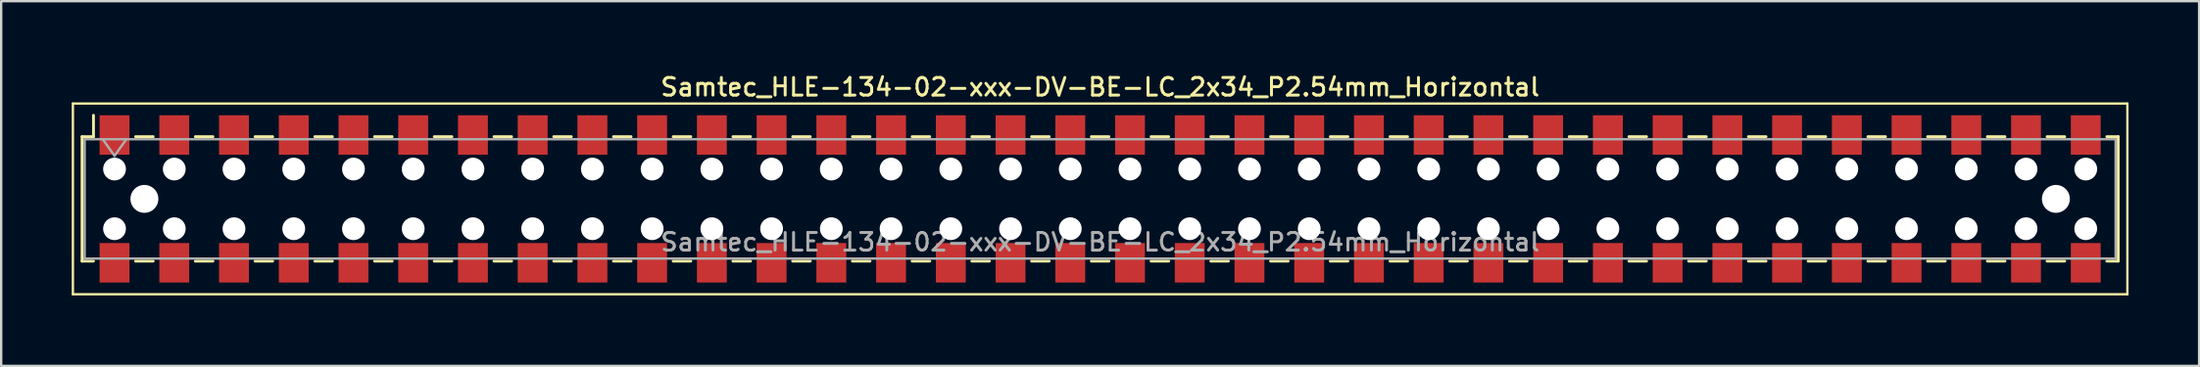
<source format=kicad_pcb>
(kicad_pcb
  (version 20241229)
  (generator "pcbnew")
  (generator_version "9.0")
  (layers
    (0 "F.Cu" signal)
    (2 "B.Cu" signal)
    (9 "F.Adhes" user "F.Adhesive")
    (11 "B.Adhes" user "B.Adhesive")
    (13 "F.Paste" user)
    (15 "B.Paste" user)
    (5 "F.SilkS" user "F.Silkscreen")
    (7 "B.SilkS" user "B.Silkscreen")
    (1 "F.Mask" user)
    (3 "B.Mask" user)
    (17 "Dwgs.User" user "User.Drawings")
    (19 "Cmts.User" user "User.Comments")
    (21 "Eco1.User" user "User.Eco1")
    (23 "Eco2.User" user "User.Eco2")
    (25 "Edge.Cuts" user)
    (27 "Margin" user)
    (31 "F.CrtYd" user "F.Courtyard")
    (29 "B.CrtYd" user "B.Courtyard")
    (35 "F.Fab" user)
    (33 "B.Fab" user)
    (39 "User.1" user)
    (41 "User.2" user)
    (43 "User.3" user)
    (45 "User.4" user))
  (footprint "Samtec_HLE-134-02-xxx-DV-BE-LC_2x34_P2.54mm_Horizontal"
    (layer "F.Cu")
    (at 43.73 5.418)
    (property "Reference" "Samtec_HLE-134-02-xxx-DV-BE-LC_2x34_P2.54mm_Horizontal" (at 0 -4.76 0) (layer "F.SilkS") (effects (font (size 0.75 0.75) (thickness 0.125))))
    (attr smd)
    (fp_line (start -43.68 -4.06) (end 43.68 -4.06) (stroke (width 0.1) (type solid)) (layer "F.SilkS"))
    (fp_line (start -43.68 4.06) (end -43.68 -4.06) (stroke (width 0.1) (type solid)) (layer "F.SilkS"))
    (fp_line (start -43.29 -2.65) (end -43.29 2.65) (stroke (width 0.12) (type solid)) (layer "F.SilkS"))
    (fp_line (start -43.29 2.65) (end -42.805 2.65) (stroke (width 0.12) (type solid)) (layer "F.SilkS"))
    (fp_line (start -42.805 -3.56) (end -42.805 -2.65) (stroke (width 0.12) (type solid)) (layer "F.SilkS"))
    (fp_line (start -42.805 -2.65) (end -43.29 -2.65) (stroke (width 0.12) (type solid)) (layer "F.SilkS"))
    (fp_line (start -41.015 -2.65) (end -40.265 -2.65) (stroke (width 0.12) (type solid)) (layer "F.SilkS"))
    (fp_line (start -41.015 2.65) (end -40.265 2.65) (stroke (width 0.12) (type solid)) (layer "F.SilkS"))
    (fp_line (start -38.475 -2.65) (end -37.725 -2.65) (stroke (width 0.12) (type solid)) (layer "F.SilkS"))
    (fp_line (start -38.475 2.65) (end -37.725 2.65) (stroke (width 0.12) (type solid)) (layer "F.SilkS"))
    (fp_line (start -35.935 -2.65) (end -35.185 -2.65) (stroke (width 0.12) (type solid)) (layer "F.SilkS"))
    (fp_line (start -35.935 2.65) (end -35.185 2.65) (stroke (width 0.12) (type solid)) (layer "F.SilkS"))
    (fp_line (start -33.395 -2.65) (end -32.645 -2.65) (stroke (width 0.12) (type solid)) (layer "F.SilkS"))
    (fp_line (start -33.395 2.65) (end -32.645 2.65) (stroke (width 0.12) (type solid)) (layer "F.SilkS"))
    (fp_line (start -30.855 -2.65) (end -30.105 -2.65) (stroke (width 0.12) (type solid)) (layer "F.SilkS"))
    (fp_line (start -30.855 2.65) (end -30.105 2.65) (stroke (width 0.12) (type solid)) (layer "F.SilkS"))
    (fp_line (start -28.315 -2.65) (end -27.565 -2.65) (stroke (width 0.12) (type solid)) (layer "F.SilkS"))
    (fp_line (start -28.315 2.65) (end -27.565 2.65) (stroke (width 0.12) (type solid)) (layer "F.SilkS"))
    (fp_line (start -25.775 -2.65) (end -25.025 -2.65) (stroke (width 0.12) (type solid)) (layer "F.SilkS"))
    (fp_line (start -25.775 2.65) (end -25.025 2.65) (stroke (width 0.12) (type solid)) (layer "F.SilkS"))
    (fp_line (start -23.235 -2.65) (end -22.485 -2.65) (stroke (width 0.12) (type solid)) (layer "F.SilkS"))
    (fp_line (start -23.235 2.65) (end -22.485 2.65) (stroke (width 0.12) (type solid)) (layer "F.SilkS"))
    (fp_line (start -20.695 -2.65) (end -19.945 -2.65) (stroke (width 0.12) (type solid)) (layer "F.SilkS"))
    (fp_line (start -20.695 2.65) (end -19.945 2.65) (stroke (width 0.12) (type solid)) (layer "F.SilkS"))
    (fp_line (start -18.155 -2.65) (end -17.405 -2.65) (stroke (width 0.12) (type solid)) (layer "F.SilkS"))
    (fp_line (start -18.155 2.65) (end -17.405 2.65) (stroke (width 0.12) (type solid)) (layer "F.SilkS"))
    (fp_line (start -15.615 -2.65) (end -14.865 -2.65) (stroke (width 0.12) (type solid)) (layer "F.SilkS"))
    (fp_line (start -15.615 2.65) (end -14.865 2.65) (stroke (width 0.12) (type solid)) (layer "F.SilkS"))
    (fp_line (start -13.075 -2.65) (end -12.325 -2.65) (stroke (width 0.12) (type solid)) (layer "F.SilkS"))
    (fp_line (start -13.075 2.65) (end -12.325 2.65) (stroke (width 0.12) (type solid)) (layer "F.SilkS"))
    (fp_line (start -10.535 -2.65) (end -9.785 -2.65) (stroke (width 0.12) (type solid)) (layer "F.SilkS"))
    (fp_line (start -10.535 2.65) (end -9.785 2.65) (stroke (width 0.12) (type solid)) (layer "F.SilkS"))
    (fp_line (start -7.995 -2.65) (end -7.245 -2.65) (stroke (width 0.12) (type solid)) (layer "F.SilkS"))
    (fp_line (start -7.995 2.65) (end -7.245 2.65) (stroke (width 0.12) (type solid)) (layer "F.SilkS"))
    (fp_line (start -5.455 -2.65) (end -4.705 -2.65) (stroke (width 0.12) (type solid)) (layer "F.SilkS"))
    (fp_line (start -5.455 2.65) (end -4.705 2.65) (stroke (width 0.12) (type solid)) (layer "F.SilkS"))
    (fp_line (start -2.915 -2.65) (end -2.165 -2.65) (stroke (width 0.12) (type solid)) (layer "F.SilkS"))
    (fp_line (start -2.915 2.65) (end -2.165 2.65) (stroke (width 0.12) (type solid)) (layer "F.SilkS"))
    (fp_line (start -0.375 -2.65) (end 0.375 -2.65) (stroke (width 0.12) (type solid)) (layer "F.SilkS"))
    (fp_line (start -0.375 2.65) (end 0.375 2.65) (stroke (width 0.12) (type solid)) (layer "F.SilkS"))
    (fp_line (start 2.165 -2.65) (end 2.915 -2.65) (stroke (width 0.12) (type solid)) (layer "F.SilkS"))
    (fp_line (start 2.165 2.65) (end 2.915 2.65) (stroke (width 0.12) (type solid)) (layer "F.SilkS"))
    (fp_line (start 4.705 -2.65) (end 5.455 -2.65) (stroke (width 0.12) (type solid)) (layer "F.SilkS"))
    (fp_line (start 4.705 2.65) (end 5.455 2.65) (stroke (width 0.12) (type solid)) (layer "F.SilkS"))
    (fp_line (start 7.245 -2.65) (end 7.995 -2.65) (stroke (width 0.12) (type solid)) (layer "F.SilkS"))
    (fp_line (start 7.245 2.65) (end 7.995 2.65) (stroke (width 0.12) (type solid)) (layer "F.SilkS"))
    (fp_line (start 9.785 -2.65) (end 10.535 -2.65) (stroke (width 0.12) (type solid)) (layer "F.SilkS"))
    (fp_line (start 9.785 2.65) (end 10.535 2.65) (stroke (width 0.12) (type solid)) (layer "F.SilkS"))
    (fp_line (start 12.325 -2.65) (end 13.075 -2.65) (stroke (width 0.12) (type solid)) (layer "F.SilkS"))
    (fp_line (start 12.325 2.65) (end 13.075 2.65) (stroke (width 0.12) (type solid)) (layer "F.SilkS"))
    (fp_line (start 14.865 -2.65) (end 15.615 -2.65) (stroke (width 0.12) (type solid)) (layer "F.SilkS"))
    (fp_line (start 14.865 2.65) (end 15.615 2.65) (stroke (width 0.12) (type solid)) (layer "F.SilkS"))
    (fp_line (start 17.405 -2.65) (end 18.155 -2.65) (stroke (width 0.12) (type solid)) (layer "F.SilkS"))
    (fp_line (start 17.405 2.65) (end 18.155 2.65) (stroke (width 0.12) (type solid)) (layer "F.SilkS"))
    (fp_line (start 19.945 -2.65) (end 20.695 -2.65) (stroke (width 0.12) (type solid)) (layer "F.SilkS"))
    (fp_line (start 19.945 2.65) (end 20.695 2.65) (stroke (width 0.12) (type solid)) (layer "F.SilkS"))
    (fp_line (start 22.485 -2.65) (end 23.235 -2.65) (stroke (width 0.12) (type solid)) (layer "F.SilkS"))
    (fp_line (start 22.485 2.65) (end 23.235 2.65) (stroke (width 0.12) (type solid)) (layer "F.SilkS"))
    (fp_line (start 25.025 -2.65) (end 25.775 -2.65) (stroke (width 0.12) (type solid)) (layer "F.SilkS"))
    (fp_line (start 25.025 2.65) (end 25.775 2.65) (stroke (width 0.12) (type solid)) (layer "F.SilkS"))
    (fp_line (start 27.565 -2.65) (end 28.315 -2.65) (stroke (width 0.12) (type solid)) (layer "F.SilkS"))
    (fp_line (start 27.565 2.65) (end 28.315 2.65) (stroke (width 0.12) (type solid)) (layer "F.SilkS"))
    (fp_line (start 30.105 -2.65) (end 30.855 -2.65) (stroke (width 0.12) (type solid)) (layer "F.SilkS"))
    (fp_line (start 30.105 2.65) (end 30.855 2.65) (stroke (width 0.12) (type solid)) (layer "F.SilkS"))
    (fp_line (start 32.645 -2.65) (end 33.395 -2.65) (stroke (width 0.12) (type solid)) (layer "F.SilkS"))
    (fp_line (start 32.645 2.65) (end 33.395 2.65) (stroke (width 0.12) (type solid)) (layer "F.SilkS"))
    (fp_line (start 35.185 -2.65) (end 35.935 -2.65) (stroke (width 0.12) (type solid)) (layer "F.SilkS"))
    (fp_line (start 35.185 2.65) (end 35.935 2.65) (stroke (width 0.12) (type solid)) (layer "F.SilkS"))
    (fp_line (start 37.725 -2.65) (end 38.475 -2.65) (stroke (width 0.12) (type solid)) (layer "F.SilkS"))
    (fp_line (start 37.725 2.65) (end 38.475 2.65) (stroke (width 0.12) (type solid)) (layer "F.SilkS"))
    (fp_line (start 40.265 -2.65) (end 41.015 -2.65) (stroke (width 0.12) (type solid)) (layer "F.SilkS"))
    (fp_line (start 40.265 2.65) (end 41.015 2.65) (stroke (width 0.12) (type solid)) (layer "F.SilkS"))
    (fp_line (start 42.805 -2.65) (end 43.29 -2.65) (stroke (width 0.12) (type solid)) (layer "F.SilkS"))
    (fp_line (start 43.29 -2.65) (end 43.29 2.65) (stroke (width 0.12) (type solid)) (layer "F.SilkS"))
    (fp_line (start 43.29 2.65) (end 42.805 2.65) (stroke (width 0.12) (type solid)) (layer "F.SilkS"))
    (fp_line (start 43.68 -4.06) (end 43.68 4.06) (stroke (width 0.1) (type solid)) (layer "F.SilkS"))
    (fp_line (start 43.68 4.06) (end -43.68 4.06) (stroke (width 0.1) (type solid)) (layer "F.SilkS"))
    (fp_line (start -43.18 -2.54) (end 43.18 -2.54) (stroke (width 0.1) (type solid)) (layer "F.Fab"))
    (fp_line (start -43.18 2.54) (end -43.18 -2.54) (stroke (width 0.1) (type solid)) (layer "F.Fab"))
    (fp_line (start -42.41 -2.54) (end -41.91 -1.833) (stroke (width 0.1) (type solid)) (layer "F.Fab"))
    (fp_line (start -41.91 -1.833) (end -41.41 -2.54) (stroke (width 0.1) (type solid)) (layer "F.Fab"))
    (fp_line (start 43.18 -2.54) (end 43.18 2.54) (stroke (width 0.1) (type solid)) (layer "F.Fab"))
    (fp_line (start 43.18 2.54) (end -43.18 2.54) (stroke (width 0.1) (type solid)) (layer "F.Fab"))
    (fp_text user "${REFERENCE}" (at 0 1.84 0) (layer "F.Fab") (effects (font (size 0.75 0.75) (thickness 0.125))))
    (pad "" np_thru_hole circle (at -41.91 -1.27) (size 0.97 0.97) (drill 0.97) (layers "*.Cu" "*.Mask"))
    (pad "" np_thru_hole circle (at -41.91 1.27) (size 0.97 0.97) (drill 0.97) (layers "*.Cu" "*.Mask"))
    (pad "" np_thru_hole circle (at -40.64 0) (size 1.19 1.19) (drill 1.19) (layers "*.Cu" "*.Mask"))
    (pad "" np_thru_hole circle (at -39.37 -1.27) (size 0.97 0.97) (drill 0.97) (layers "*.Cu" "*.Mask"))
    (pad "" np_thru_hole circle (at -39.37 1.27) (size 0.97 0.97) (drill 0.97) (layers "*.Cu" "*.Mask"))
    (pad "" np_thru_hole circle (at -36.83 -1.27) (size 0.97 0.97) (drill 0.97) (layers "*.Cu" "*.Mask"))
    (pad "" np_thru_hole circle (at -36.83 1.27) (size 0.97 0.97) (drill 0.97) (layers "*.Cu" "*.Mask"))
    (pad "" np_thru_hole circle (at -34.29 -1.27) (size 0.97 0.97) (drill 0.97) (layers "*.Cu" "*.Mask"))
    (pad "" np_thru_hole circle (at -34.29 1.27) (size 0.97 0.97) (drill 0.97) (layers "*.Cu" "*.Mask"))
    (pad "" np_thru_hole circle (at -31.75 -1.27) (size 0.97 0.97) (drill 0.97) (layers "*.Cu" "*.Mask"))
    (pad "" np_thru_hole circle (at -31.75 1.27) (size 0.97 0.97) (drill 0.97) (layers "*.Cu" "*.Mask"))
    (pad "" np_thru_hole circle (at -29.21 -1.27) (size 0.97 0.97) (drill 0.97) (layers "*.Cu" "*.Mask"))
    (pad "" np_thru_hole circle (at -29.21 1.27) (size 0.97 0.97) (drill 0.97) (layers "*.Cu" "*.Mask"))
    (pad "" np_thru_hole circle (at -26.67 -1.27) (size 0.97 0.97) (drill 0.97) (layers "*.Cu" "*.Mask"))
    (pad "" np_thru_hole circle (at -26.67 1.27) (size 0.97 0.97) (drill 0.97) (layers "*.Cu" "*.Mask"))
    (pad "" np_thru_hole circle (at -24.13 -1.27) (size 0.97 0.97) (drill 0.97) (layers "*.Cu" "*.Mask"))
    (pad "" np_thru_hole circle (at -24.13 1.27) (size 0.97 0.97) (drill 0.97) (layers "*.Cu" "*.Mask"))
    (pad "" np_thru_hole circle (at -21.59 -1.27) (size 0.97 0.97) (drill 0.97) (layers "*.Cu" "*.Mask"))
    (pad "" np_thru_hole circle (at -21.59 1.27) (size 0.97 0.97) (drill 0.97) (layers "*.Cu" "*.Mask"))
    (pad "" np_thru_hole circle (at -19.05 -1.27) (size 0.97 0.97) (drill 0.97) (layers "*.Cu" "*.Mask"))
    (pad "" np_thru_hole circle (at -19.05 1.27) (size 0.97 0.97) (drill 0.97) (layers "*.Cu" "*.Mask"))
    (pad "" np_thru_hole circle (at -16.51 -1.27) (size 0.97 0.97) (drill 0.97) (layers "*.Cu" "*.Mask"))
    (pad "" np_thru_hole circle (at -16.51 1.27) (size 0.97 0.97) (drill 0.97) (layers "*.Cu" "*.Mask"))
    (pad "" np_thru_hole circle (at -13.97 -1.27) (size 0.97 0.97) (drill 0.97) (layers "*.Cu" "*.Mask"))
    (pad "" np_thru_hole circle (at -13.97 1.27) (size 0.97 0.97) (drill 0.97) (layers "*.Cu" "*.Mask"))
    (pad "" np_thru_hole circle (at -11.43 -1.27) (size 0.97 0.97) (drill 0.97) (layers "*.Cu" "*.Mask"))
    (pad "" np_thru_hole circle (at -11.43 1.27) (size 0.97 0.97) (drill 0.97) (layers "*.Cu" "*.Mask"))
    (pad "" np_thru_hole circle (at -8.89 -1.27) (size 0.97 0.97) (drill 0.97) (layers "*.Cu" "*.Mask"))
    (pad "" np_thru_hole circle (at -8.89 1.27) (size 0.97 0.97) (drill 0.97) (layers "*.Cu" "*.Mask"))
    (pad "" np_thru_hole circle (at -6.35 -1.27) (size 0.97 0.97) (drill 0.97) (layers "*.Cu" "*.Mask"))
    (pad "" np_thru_hole circle (at -6.35 1.27) (size 0.97 0.97) (drill 0.97) (layers "*.Cu" "*.Mask"))
    (pad "" np_thru_hole circle (at -3.81 -1.27) (size 0.97 0.97) (drill 0.97) (layers "*.Cu" "*.Mask"))
    (pad "" np_thru_hole circle (at -3.81 1.27) (size 0.97 0.97) (drill 0.97) (layers "*.Cu" "*.Mask"))
    (pad "" np_thru_hole circle (at -1.27 -1.27) (size 0.97 0.97) (drill 0.97) (layers "*.Cu" "*.Mask"))
    (pad "" np_thru_hole circle (at -1.27 1.27) (size 0.97 0.97) (drill 0.97) (layers "*.Cu" "*.Mask"))
    (pad "" np_thru_hole circle (at 1.27 -1.27) (size 0.97 0.97) (drill 0.97) (layers "*.Cu" "*.Mask"))
    (pad "" np_thru_hole circle (at 1.27 1.27) (size 0.97 0.97) (drill 0.97) (layers "*.Cu" "*.Mask"))
    (pad "" np_thru_hole circle (at 3.81 -1.27) (size 0.97 0.97) (drill 0.97) (layers "*.Cu" "*.Mask"))
    (pad "" np_thru_hole circle (at 3.81 1.27) (size 0.97 0.97) (drill 0.97) (layers "*.Cu" "*.Mask"))
    (pad "" np_thru_hole circle (at 6.35 -1.27) (size 0.97 0.97) (drill 0.97) (layers "*.Cu" "*.Mask"))
    (pad "" np_thru_hole circle (at 6.35 1.27) (size 0.97 0.97) (drill 0.97) (layers "*.Cu" "*.Mask"))
    (pad "" np_thru_hole circle (at 8.89 -1.27) (size 0.97 0.97) (drill 0.97) (layers "*.Cu" "*.Mask"))
    (pad "" np_thru_hole circle (at 8.89 1.27) (size 0.97 0.97) (drill 0.97) (layers "*.Cu" "*.Mask"))
    (pad "" np_thru_hole circle (at 11.43 -1.27) (size 0.97 0.97) (drill 0.97) (layers "*.Cu" "*.Mask"))
    (pad "" np_thru_hole circle (at 11.43 1.27) (size 0.97 0.97) (drill 0.97) (layers "*.Cu" "*.Mask"))
    (pad "" np_thru_hole circle (at 13.97 -1.27) (size 0.97 0.97) (drill 0.97) (layers "*.Cu" "*.Mask"))
    (pad "" np_thru_hole circle (at 13.97 1.27) (size 0.97 0.97) (drill 0.97) (layers "*.Cu" "*.Mask"))
    (pad "" np_thru_hole circle (at 16.51 -1.27) (size 0.97 0.97) (drill 0.97) (layers "*.Cu" "*.Mask"))
    (pad "" np_thru_hole circle (at 16.51 1.27) (size 0.97 0.97) (drill 0.97) (layers "*.Cu" "*.Mask"))
    (pad "" np_thru_hole circle (at 19.05 -1.27) (size 0.97 0.97) (drill 0.97) (layers "*.Cu" "*.Mask"))
    (pad "" np_thru_hole circle (at 19.05 1.27) (size 0.97 0.97) (drill 0.97) (layers "*.Cu" "*.Mask"))
    (pad "" np_thru_hole circle (at 21.59 -1.27) (size 0.97 0.97) (drill 0.97) (layers "*.Cu" "*.Mask"))
    (pad "" np_thru_hole circle (at 21.59 1.27) (size 0.97 0.97) (drill 0.97) (layers "*.Cu" "*.Mask"))
    (pad "" np_thru_hole circle (at 24.13 -1.27) (size 0.97 0.97) (drill 0.97) (layers "*.Cu" "*.Mask"))
    (pad "" np_thru_hole circle (at 24.13 1.27) (size 0.97 0.97) (drill 0.97) (layers "*.Cu" "*.Mask"))
    (pad "" np_thru_hole circle (at 26.67 -1.27) (size 0.97 0.97) (drill 0.97) (layers "*.Cu" "*.Mask"))
    (pad "" np_thru_hole circle (at 26.67 1.27) (size 0.97 0.97) (drill 0.97) (layers "*.Cu" "*.Mask"))
    (pad "" np_thru_hole circle (at 29.21 -1.27) (size 0.97 0.97) (drill 0.97) (layers "*.Cu" "*.Mask"))
    (pad "" np_thru_hole circle (at 29.21 1.27) (size 0.97 0.97) (drill 0.97) (layers "*.Cu" "*.Mask"))
    (pad "" np_thru_hole circle (at 31.75 -1.27) (size 0.97 0.97) (drill 0.97) (layers "*.Cu" "*.Mask"))
    (pad "" np_thru_hole circle (at 31.75 1.27) (size 0.97 0.97) (drill 0.97) (layers "*.Cu" "*.Mask"))
    (pad "" np_thru_hole circle (at 34.29 -1.27) (size 0.97 0.97) (drill 0.97) (layers "*.Cu" "*.Mask"))
    (pad "" np_thru_hole circle (at 34.29 1.27) (size 0.97 0.97) (drill 0.97) (layers "*.Cu" "*.Mask"))
    (pad "" np_thru_hole circle (at 36.83 -1.27) (size 0.97 0.97) (drill 0.97) (layers "*.Cu" "*.Mask"))
    (pad "" np_thru_hole circle (at 36.83 1.27) (size 0.97 0.97) (drill 0.97) (layers "*.Cu" "*.Mask"))
    (pad "" np_thru_hole circle (at 39.37 -1.27) (size 0.97 0.97) (drill 0.97) (layers "*.Cu" "*.Mask"))
    (pad "" np_thru_hole circle (at 39.37 1.27) (size 0.97 0.97) (drill 0.97) (layers "*.Cu" "*.Mask"))
    (pad "" np_thru_hole circle (at 40.64 0) (size 1.19 1.19) (drill 1.19) (layers "*.Cu" "*.Mask"))
    (pad "" np_thru_hole circle (at 41.91 -1.27) (size 0.97 0.97) (drill 0.97) (layers "*.Cu" "*.Mask"))
    (pad "" np_thru_hole circle (at 41.91 1.27) (size 0.97 0.97) (drill 0.97) (layers "*.Cu" "*.Mask"))
    (pad "1" smd rect (at -41.91 -2.72) (size 1.27 1.68) (layers "F.Cu" "F.Mask" "F.Paste"))
    (pad "2" smd rect (at -41.91 2.72) (size 1.27 1.68) (layers "F.Cu" "F.Mask" "F.Paste"))
    (pad "3" smd rect (at -39.37 -2.72) (size 1.27 1.68) (layers "F.Cu" "F.Mask" "F.Paste"))
    (pad "4" smd rect (at -39.37 2.72) (size 1.27 1.68) (layers "F.Cu" "F.Mask" "F.Paste"))
    (pad "5" smd rect (at -36.83 -2.72) (size 1.27 1.68) (layers "F.Cu" "F.Mask" "F.Paste"))
    (pad "6" smd rect (at -36.83 2.72) (size 1.27 1.68) (layers "F.Cu" "F.Mask" "F.Paste"))
    (pad "7" smd rect (at -34.29 -2.72) (size 1.27 1.68) (layers "F.Cu" "F.Mask" "F.Paste"))
    (pad "8" smd rect (at -34.29 2.72) (size 1.27 1.68) (layers "F.Cu" "F.Mask" "F.Paste"))
    (pad "9" smd rect (at -31.75 -2.72) (size 1.27 1.68) (layers "F.Cu" "F.Mask" "F.Paste"))
    (pad "10" smd rect (at -31.75 2.72) (size 1.27 1.68) (layers "F.Cu" "F.Mask" "F.Paste"))
    (pad "11" smd rect (at -29.21 -2.72) (size 1.27 1.68) (layers "F.Cu" "F.Mask" "F.Paste"))
    (pad "12" smd rect (at -29.21 2.72) (size 1.27 1.68) (layers "F.Cu" "F.Mask" "F.Paste"))
    (pad "13" smd rect (at -26.67 -2.72) (size 1.27 1.68) (layers "F.Cu" "F.Mask" "F.Paste"))
    (pad "14" smd rect (at -26.67 2.72) (size 1.27 1.68) (layers "F.Cu" "F.Mask" "F.Paste"))
    (pad "15" smd rect (at -24.13 -2.72) (size 1.27 1.68) (layers "F.Cu" "F.Mask" "F.Paste"))
    (pad "16" smd rect (at -24.13 2.72) (size 1.27 1.68) (layers "F.Cu" "F.Mask" "F.Paste"))
    (pad "17" smd rect (at -21.59 -2.72) (size 1.27 1.68) (layers "F.Cu" "F.Mask" "F.Paste"))
    (pad "18" smd rect (at -21.59 2.72) (size 1.27 1.68) (layers "F.Cu" "F.Mask" "F.Paste"))
    (pad "19" smd rect (at -19.05 -2.72) (size 1.27 1.68) (layers "F.Cu" "F.Mask" "F.Paste"))
    (pad "20" smd rect (at -19.05 2.72) (size 1.27 1.68) (layers "F.Cu" "F.Mask" "F.Paste"))
    (pad "21" smd rect (at -16.51 -2.72) (size 1.27 1.68) (layers "F.Cu" "F.Mask" "F.Paste"))
    (pad "22" smd rect (at -16.51 2.72) (size 1.27 1.68) (layers "F.Cu" "F.Mask" "F.Paste"))
    (pad "23" smd rect (at -13.97 -2.72) (size 1.27 1.68) (layers "F.Cu" "F.Mask" "F.Paste"))
    (pad "24" smd rect (at -13.97 2.72) (size 1.27 1.68) (layers "F.Cu" "F.Mask" "F.Paste"))
    (pad "25" smd rect (at -11.43 -2.72) (size 1.27 1.68) (layers "F.Cu" "F.Mask" "F.Paste"))
    (pad "26" smd rect (at -11.43 2.72) (size 1.27 1.68) (layers "F.Cu" "F.Mask" "F.Paste"))
    (pad "27" smd rect (at -8.89 -2.72) (size 1.27 1.68) (layers "F.Cu" "F.Mask" "F.Paste"))
    (pad "28" smd rect (at -8.89 2.72) (size 1.27 1.68) (layers "F.Cu" "F.Mask" "F.Paste"))
    (pad "29" smd rect (at -6.35 -2.72) (size 1.27 1.68) (layers "F.Cu" "F.Mask" "F.Paste"))
    (pad "30" smd rect (at -6.35 2.72) (size 1.27 1.68) (layers "F.Cu" "F.Mask" "F.Paste"))
    (pad "31" smd rect (at -3.81 -2.72) (size 1.27 1.68) (layers "F.Cu" "F.Mask" "F.Paste"))
    (pad "32" smd rect (at -3.81 2.72) (size 1.27 1.68) (layers "F.Cu" "F.Mask" "F.Paste"))
    (pad "33" smd rect (at -1.27 -2.72) (size 1.27 1.68) (layers "F.Cu" "F.Mask" "F.Paste"))
    (pad "34" smd rect (at -1.27 2.72) (size 1.27 1.68) (layers "F.Cu" "F.Mask" "F.Paste"))
    (pad "35" smd rect (at 1.27 -2.72) (size 1.27 1.68) (layers "F.Cu" "F.Mask" "F.Paste"))
    (pad "36" smd rect (at 1.27 2.72) (size 1.27 1.68) (layers "F.Cu" "F.Mask" "F.Paste"))
    (pad "37" smd rect (at 3.81 -2.72) (size 1.27 1.68) (layers "F.Cu" "F.Mask" "F.Paste"))
    (pad "38" smd rect (at 3.81 2.72) (size 1.27 1.68) (layers "F.Cu" "F.Mask" "F.Paste"))
    (pad "39" smd rect (at 6.35 -2.72) (size 1.27 1.68) (layers "F.Cu" "F.Mask" "F.Paste"))
    (pad "40" smd rect (at 6.35 2.72) (size 1.27 1.68) (layers "F.Cu" "F.Mask" "F.Paste"))
    (pad "41" smd rect (at 8.89 -2.72) (size 1.27 1.68) (layers "F.Cu" "F.Mask" "F.Paste"))
    (pad "42" smd rect (at 8.89 2.72) (size 1.27 1.68) (layers "F.Cu" "F.Mask" "F.Paste"))
    (pad "43" smd rect (at 11.43 -2.72) (size 1.27 1.68) (layers "F.Cu" "F.Mask" "F.Paste"))
    (pad "44" smd rect (at 11.43 2.72) (size 1.27 1.68) (layers "F.Cu" "F.Mask" "F.Paste"))
    (pad "45" smd rect (at 13.97 -2.72) (size 1.27 1.68) (layers "F.Cu" "F.Mask" "F.Paste"))
    (pad "46" smd rect (at 13.97 2.72) (size 1.27 1.68) (layers "F.Cu" "F.Mask" "F.Paste"))
    (pad "47" smd rect (at 16.51 -2.72) (size 1.27 1.68) (layers "F.Cu" "F.Mask" "F.Paste"))
    (pad "48" smd rect (at 16.51 2.72) (size 1.27 1.68) (layers "F.Cu" "F.Mask" "F.Paste"))
    (pad "49" smd rect (at 19.05 -2.72) (size 1.27 1.68) (layers "F.Cu" "F.Mask" "F.Paste"))
    (pad "50" smd rect (at 19.05 2.72) (size 1.27 1.68) (layers "F.Cu" "F.Mask" "F.Paste"))
    (pad "51" smd rect (at 21.59 -2.72) (size 1.27 1.68) (layers "F.Cu" "F.Mask" "F.Paste"))
    (pad "52" smd rect (at 21.59 2.72) (size 1.27 1.68) (layers "F.Cu" "F.Mask" "F.Paste"))
    (pad "53" smd rect (at 24.13 -2.72) (size 1.27 1.68) (layers "F.Cu" "F.Mask" "F.Paste"))
    (pad "54" smd rect (at 24.13 2.72) (size 1.27 1.68) (layers "F.Cu" "F.Mask" "F.Paste"))
    (pad "55" smd rect (at 26.67 -2.72) (size 1.27 1.68) (layers "F.Cu" "F.Mask" "F.Paste"))
    (pad "56" smd rect (at 26.67 2.72) (size 1.27 1.68) (layers "F.Cu" "F.Mask" "F.Paste"))
    (pad "57" smd rect (at 29.21 -2.72) (size 1.27 1.68) (layers "F.Cu" "F.Mask" "F.Paste"))
    (pad "58" smd rect (at 29.21 2.72) (size 1.27 1.68) (layers "F.Cu" "F.Mask" "F.Paste"))
    (pad "59" smd rect (at 31.75 -2.72) (size 1.27 1.68) (layers "F.Cu" "F.Mask" "F.Paste"))
    (pad "60" smd rect (at 31.75 2.72) (size 1.27 1.68) (layers "F.Cu" "F.Mask" "F.Paste"))
    (pad "61" smd rect (at 34.29 -2.72) (size 1.27 1.68) (layers "F.Cu" "F.Mask" "F.Paste"))
    (pad "62" smd rect (at 34.29 2.72) (size 1.27 1.68) (layers "F.Cu" "F.Mask" "F.Paste"))
    (pad "63" smd rect (at 36.83 -2.72) (size 1.27 1.68) (layers "F.Cu" "F.Mask" "F.Paste"))
    (pad "64" smd rect (at 36.83 2.72) (size 1.27 1.68) (layers "F.Cu" "F.Mask" "F.Paste"))
    (pad "65" smd rect (at 39.37 -2.72) (size 1.27 1.68) (layers "F.Cu" "F.Mask" "F.Paste"))
    (pad "66" smd rect (at 39.37 2.72) (size 1.27 1.68) (layers "F.Cu" "F.Mask" "F.Paste"))
    (pad "67" smd rect (at 41.91 -2.72) (size 1.27 1.68) (layers "F.Cu" "F.Mask" "F.Paste"))
    (pad "68" smd rect (at 41.91 2.72) (size 1.27 1.68) (layers "F.Cu" "F.Mask" "F.Paste")))
  (gr_rect
    (start -3 -3)
    (end 90.46 12.528)
    (stroke (width 0.1) (type default))
    (fill no)
    (layer "Edge.Cuts")))
</source>
